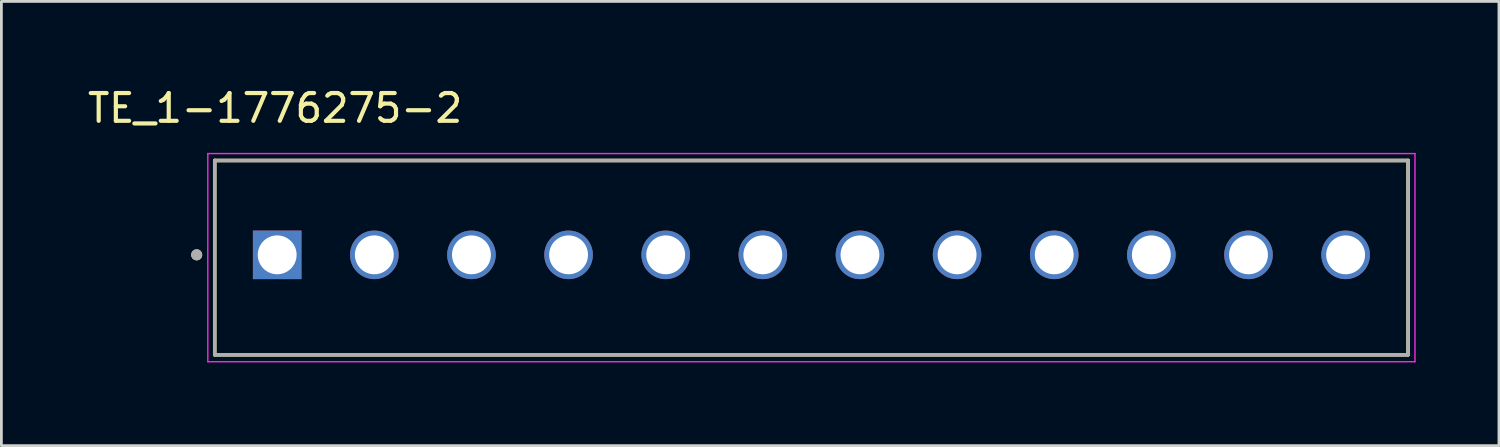
<source format=kicad_pcb>
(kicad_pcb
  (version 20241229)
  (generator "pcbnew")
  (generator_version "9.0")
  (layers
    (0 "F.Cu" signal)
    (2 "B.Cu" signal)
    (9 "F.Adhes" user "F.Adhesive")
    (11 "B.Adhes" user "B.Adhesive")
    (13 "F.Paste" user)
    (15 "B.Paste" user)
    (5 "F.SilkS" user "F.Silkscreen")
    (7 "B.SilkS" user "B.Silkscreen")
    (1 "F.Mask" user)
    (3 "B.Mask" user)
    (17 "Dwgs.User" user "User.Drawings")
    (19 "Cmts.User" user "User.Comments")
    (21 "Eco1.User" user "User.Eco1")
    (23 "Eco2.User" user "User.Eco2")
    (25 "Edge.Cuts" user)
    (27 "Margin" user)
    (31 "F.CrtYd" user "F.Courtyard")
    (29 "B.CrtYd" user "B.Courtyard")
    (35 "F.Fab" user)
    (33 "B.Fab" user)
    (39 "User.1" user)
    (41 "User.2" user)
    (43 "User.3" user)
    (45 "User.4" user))
  (footprint "TE_1-1776275-2"
    (layer "F.Cu")
    (at 6.938 6.133)
    (property "Reference" "TE_1-1776275-2" (at -0.075 -5.285 0) (layer "F.SilkS") (effects (font (size 1 1) (thickness 0.15))))
    (attr through_hole)
    (fp_line (start -2.25 3.6) (end -2.25 -3.4) (stroke (width 0.127) (type solid)) (layer "F.SilkS"))
    (fp_line (start 40.75 -3.4) (end -2.25 -3.4) (stroke (width 0.127) (type solid)) (layer "F.SilkS"))
    (fp_line (start 40.75 -3.4) (end 40.75 3.6) (stroke (width 0.127) (type solid)) (layer "F.SilkS"))
    (fp_line (start 40.75 3.6) (end -2.25 3.6) (stroke (width 0.127) (type solid)) (layer "F.SilkS"))
    (fp_circle (center -2.9 0) (end -2.8 0) (stroke (width 0.2) (type solid)) (fill no) (layer "F.SilkS"))
    (fp_line (start -2.5 -3.65) (end 41 -3.65) (stroke (width 0.05) (type solid)) (layer "F.CrtYd"))
    (fp_line (start -2.5 3.85) (end -2.5 -3.65) (stroke (width 0.05) (type solid)) (layer "F.CrtYd"))
    (fp_line (start 41 -3.65) (end 41 3.85) (stroke (width 0.05) (type solid)) (layer "F.CrtYd"))
    (fp_line (start 41 3.85) (end -2.5 3.85) (stroke (width 0.05) (type solid)) (layer "F.CrtYd"))
    (fp_line (start -2.25 -3.4) (end 40.75 -3.4) (stroke (width 0.127) (type solid)) (layer "F.Fab"))
    (fp_line (start -2.25 3.6) (end -2.25 -3.4) (stroke (width 0.127) (type solid)) (layer "F.Fab"))
    (fp_line (start -2.25 3.6) (end -2.25 3.6) (stroke (width 0.127) (type solid)) (layer "F.Fab"))
    (fp_line (start -2.25 3.6) (end 40.75 3.6) (stroke (width 0.127) (type solid)) (layer "F.Fab"))
    (fp_line (start 40.75 -3.4) (end 40.75 3.6) (stroke (width 0.127) (type solid)) (layer "F.Fab"))
    (fp_line (start 40.75 3.6) (end -2.25 3.6) (stroke (width 0.127) (type solid)) (layer "F.Fab"))
    (fp_line (start 40.75 3.6) (end 40.75 3.6) (stroke (width 0.127) (type solid)) (layer "F.Fab"))
    (fp_circle (center -2.9 0) (end -2.8 0) (stroke (width 0.2) (type solid)) (fill no) (layer "F.Fab"))
    (pad "1" thru_hole rect (at 0 0) (size 1.75 1.75) (drill 1.4) (layers "*.Cu" "*.Mask"))
    (pad "2" thru_hole circle (at 3.5 0) (size 1.75 1.75) (drill 1.4) (layers "*.Cu" "*.Mask"))
    (pad "3" thru_hole circle (at 7 0) (size 1.75 1.75) (drill 1.4) (layers "*.Cu" "*.Mask"))
    (pad "4" thru_hole circle (at 10.5 0) (size 1.75 1.75) (drill 1.4) (layers "*.Cu" "*.Mask"))
    (pad "5" thru_hole circle (at 14 0) (size 1.75 1.75) (drill 1.4) (layers "*.Cu" "*.Mask"))
    (pad "6" thru_hole circle (at 17.5 0) (size 1.75 1.75) (drill 1.4) (layers "*.Cu" "*.Mask"))
    (pad "7" thru_hole circle (at 21 0) (size 1.75 1.75) (drill 1.4) (layers "*.Cu" "*.Mask"))
    (pad "8" thru_hole circle (at 24.5 0) (size 1.75 1.75) (drill 1.4) (layers "*.Cu" "*.Mask"))
    (pad "9" thru_hole circle (at 28 0) (size 1.75 1.75) (drill 1.4) (layers "*.Cu" "*.Mask"))
    (pad "10" thru_hole circle (at 31.5 0) (size 1.75 1.75) (drill 1.4) (layers "*.Cu" "*.Mask"))
    (pad "11" thru_hole circle (at 35 0) (size 1.75 1.75) (drill 1.4) (layers "*.Cu" "*.Mask"))
    (pad "12" thru_hole circle (at 38.5 0) (size 1.75 1.75) (drill 1.4) (layers "*.Cu" "*.Mask")))
  (gr_rect
    (start -3 -3)
    (end 50.963 13.008)
    (stroke (width 0.1) (type default))
    (fill no)
    (layer "Edge.Cuts")))
</source>
